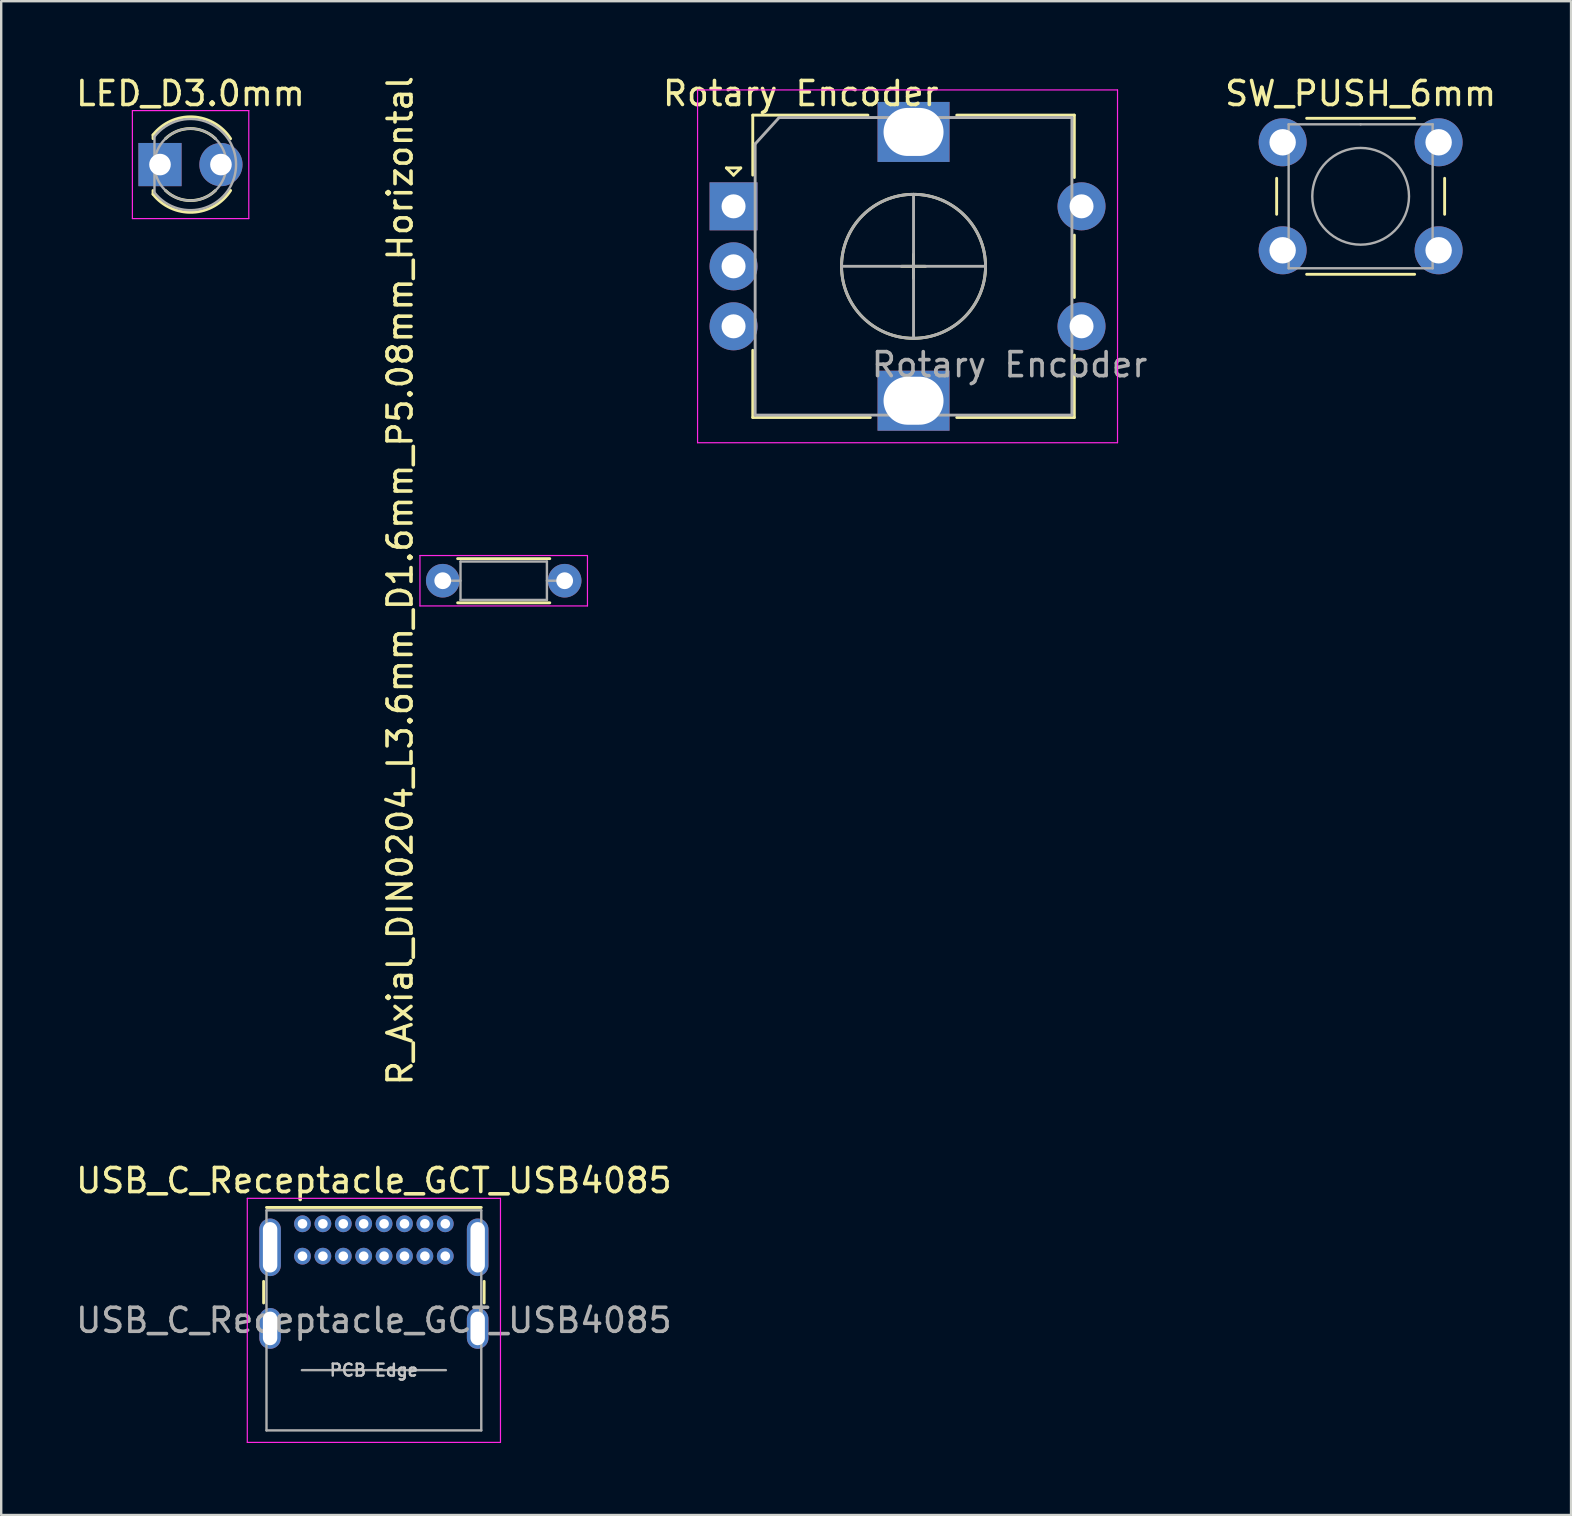
<source format=kicad_pcb>
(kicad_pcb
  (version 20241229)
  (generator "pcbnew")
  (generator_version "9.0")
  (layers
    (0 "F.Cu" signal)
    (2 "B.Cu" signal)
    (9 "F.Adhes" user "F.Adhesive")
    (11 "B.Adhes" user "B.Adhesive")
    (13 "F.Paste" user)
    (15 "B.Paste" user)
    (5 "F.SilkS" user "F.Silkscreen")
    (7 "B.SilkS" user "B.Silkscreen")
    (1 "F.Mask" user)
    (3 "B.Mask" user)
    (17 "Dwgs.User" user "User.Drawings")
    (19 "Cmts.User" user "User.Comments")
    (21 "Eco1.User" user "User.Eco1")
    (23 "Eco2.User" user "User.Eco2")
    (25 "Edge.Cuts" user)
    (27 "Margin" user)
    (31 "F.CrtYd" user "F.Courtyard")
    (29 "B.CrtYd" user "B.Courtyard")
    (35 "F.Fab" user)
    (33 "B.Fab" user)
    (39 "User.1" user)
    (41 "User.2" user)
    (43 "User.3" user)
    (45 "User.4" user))
  (footprint "LED_D3.0mm"
    (layer "F.Cu")
    (at 3.617 3.808)
    (property "Reference" "LED_D3.0mm" (at 1.27 -2.96 0) (layer "F.SilkS") (effects (font (size 1 1) (thickness 0.15))))
    (attr through_hole)
    (fp_line (start -0.29 -1.236) (end -0.29 -1.08) (stroke (width 0.12) (type solid)) (layer "F.SilkS"))
    (fp_line (start -0.29 1.08) (end -0.29 1.236) (stroke (width 0.12) (type solid)) (layer "F.SilkS"))
    (fp_arc (start -0.29 -1.235516) (mid 1.366487 -1.987659) (end 2.942335 -1.078608) (stroke (width 0.12) (type solid)) (layer "F.SilkS"))
    (fp_arc (start 0.229039 -1.08) (mid 1.270117 -1.5) (end 2.31113 -1.079837) (stroke (width 0.12) (type solid)) (layer "F.SilkS"))
    (fp_arc (start 2.31113 1.079837) (mid 1.270117 1.5) (end 0.229039 1.08) (stroke (width 0.12) (type solid)) (layer "F.SilkS"))
    (fp_arc (start 2.942335 1.078608) (mid 1.366487 1.987659) (end -0.29 1.235516) (stroke (width 0.12) (type solid)) (layer "F.SilkS"))
    (fp_line (start -1.15 -2.25) (end -1.15 2.25) (stroke (width 0.05) (type solid)) (layer "F.CrtYd"))
    (fp_line (start -1.15 2.25) (end 3.7 2.25) (stroke (width 0.05) (type solid)) (layer "F.CrtYd"))
    (fp_line (start 3.7 -2.25) (end -1.15 -2.25) (stroke (width 0.05) (type solid)) (layer "F.CrtYd"))
    (fp_line (start 3.7 2.25) (end 3.7 -2.25) (stroke (width 0.05) (type solid)) (layer "F.CrtYd"))
    (fp_line (start -0.23 -1.166) (end -0.23 1.166) (stroke (width 0.1) (type solid)) (layer "F.Fab"))
    (fp_arc (start -0.23 -1.16619) (mid 3.17 0.000452) (end -0.230555 1.165476) (stroke (width 0.1) (type solid)) (layer "F.Fab"))
    (fp_circle (center 1.27 0) (end 2.77 0) (stroke (width 0.1) (type solid)) (fill no) (layer "F.Fab"))
    (pad "1" thru_hole rect (at 0 0) (size 1.8 1.8) (drill 0.9) (layers "*.Cu" "*.Mask"))
    (pad "2" thru_hole circle (at 2.54 0) (size 1.8 1.8) (drill 0.9) (layers "*.Cu" "*.Mask")))
  (footprint "USB_C_Receptacle_GCT_USB4085"
    (layer "F.Cu")
    (at 9.555 47.946)
    (property "Reference" "USB_C_Receptacle_GCT_USB4085" (at 2.975 -1.8 0) (layer "F.SilkS") (effects (font (size 1 1) (thickness 0.15))))
    (attr through_hole)
    (fp_line (start -1.62 2.4) (end -1.62 3.3) (stroke (width 0.12) (type solid)) (layer "F.SilkS"))
    (fp_line (start -1.5 -0.68) (end 7.45 -0.68) (stroke (width 0.12) (type solid)) (layer "F.SilkS"))
    (fp_line (start 7.57 2.4) (end 7.57 3.3) (stroke (width 0.12) (type solid)) (layer "F.SilkS"))
    (fp_line (start -2.3 -1.06) (end -2.3 9.11) (stroke (width 0.05) (type solid)) (layer "F.CrtYd"))
    (fp_line (start -2.3 -1.06) (end 8.25 -1.06) (stroke (width 0.05) (type solid)) (layer "F.CrtYd"))
    (fp_line (start -2.3 9.11) (end 8.25 9.11) (stroke (width 0.05) (type solid)) (layer "F.CrtYd"))
    (fp_line (start 8.25 -1.06) (end 8.25 9.11) (stroke (width 0.05) (type solid)) (layer "F.CrtYd"))
    (fp_line (start -1.5 -0.56) (end -1.5 8.61) (stroke (width 0.1) (type solid)) (layer "F.Fab"))
    (fp_line (start -1.5 -0.56) (end 7.45 -0.56) (stroke (width 0.1) (type solid)) (layer "F.Fab"))
    (fp_line (start -1.5 8.61) (end 7.45 8.61) (stroke (width 0.1) (type solid)) (layer "F.Fab"))
    (fp_line (start -0.025 6.1) (end 5.975 6.1) (stroke (width 0.1) (type solid)) (layer "F.Fab"))
    (fp_line (start 7.45 -0.56) (end 7.45 8.61) (stroke (width 0.1) (type solid)) (layer "F.Fab"))
    (fp_text user "PCB Edge" (at 2.975 6.1 0) (layer "Dwgs.User") (effects (font (size 0.5 0.5) (thickness 0.1))))
    (fp_text user "${REFERENCE}" (at 2.975 4.025 0) (layer "F.Fab") (effects (font (size 1 1) (thickness 0.15))))
    (pad "A1" thru_hole circle (at 0 0) (size 0.7 0.7) (drill 0.4) (layers "*.Cu" "*.Mask"))
    (pad "A4" thru_hole circle (at 0.85 0) (size 0.7 0.7) (drill 0.4) (layers "*.Cu" "*.Mask"))
    (pad "A5" thru_hole circle (at 1.7 0) (size 0.7 0.7) (drill 0.4) (layers "*.Cu" "*.Mask"))
    (pad "A6" thru_hole circle (at 2.55 0) (size 0.7 0.7) (drill 0.4) (layers "*.Cu" "*.Mask"))
    (pad "A7" thru_hole circle (at 3.4 0) (size 0.7 0.7) (drill 0.4) (layers "*.Cu" "*.Mask"))
    (pad "A8" thru_hole circle (at 4.25 0) (size 0.7 0.7) (drill 0.4) (layers "*.Cu" "*.Mask"))
    (pad "A9" thru_hole circle (at 5.1 0) (size 0.7 0.7) (drill 0.4) (layers "*.Cu" "*.Mask"))
    (pad "A12" thru_hole circle (at 5.95 0) (size 0.7 0.7) (drill 0.4) (layers "*.Cu" "*.Mask"))
    (pad "B1" thru_hole circle (at 5.95 1.35) (size 0.7 0.7) (drill 0.4) (layers "*.Cu" "*.Mask"))
    (pad "B4" thru_hole circle (at 5.1 1.35) (size 0.7 0.7) (drill 0.4) (layers "*.Cu" "*.Mask"))
    (pad "B5" thru_hole circle (at 4.25 1.35) (size 0.7 0.7) (drill 0.4) (layers "*.Cu" "*.Mask"))
    (pad "B6" thru_hole circle (at 3.4 1.35) (size 0.7 0.7) (drill 0.4) (layers "*.Cu" "*.Mask"))
    (pad "B7" thru_hole circle (at 2.55 1.35) (size 0.7 0.7) (drill 0.4) (layers "*.Cu" "*.Mask"))
    (pad "B8" thru_hole circle (at 1.7 1.35) (size 0.7 0.7) (drill 0.4) (layers "*.Cu" "*.Mask"))
    (pad "B9" thru_hole circle (at 0.85 1.35) (size 0.7 0.7) (drill 0.4) (layers "*.Cu" "*.Mask"))
    (pad "B12" thru_hole circle (at 0 1.35) (size 0.7 0.7) (drill 0.4) (layers "*.Cu" "*.Mask"))
    (pad "S1" thru_hole oval (at -1.35 0.98) (size 0.9 2.4) (drill oval 0.6 2.1) (layers "*.Cu" "*.Mask"))
    (pad "S1" thru_hole oval (at -1.35 4.36) (size 0.9 1.7) (drill oval 0.6 1.4) (layers "*.Cu" "*.Mask"))
    (pad "S1" thru_hole oval (at 7.3 0.98) (size 0.9 2.4) (drill oval 0.6 2.1) (layers "*.Cu" "*.Mask"))
    (pad "S1" thru_hole oval (at 7.3 4.36) (size 0.9 1.7) (drill oval 0.6 1.4) (layers "*.Cu" "*.Mask")))
  (footprint "Rotary Encoder"
    (layer "F.Cu")
    (at 27.518 5.548)
    (property "Reference" "Rotary Encoder" (at 2.8 -4.7 0) (layer "F.SilkS") (effects (font (size 1 1) (thickness 0.15))))
    (attr through_hole)
    (fp_line (start -0.3 -1.6) (end 0.3 -1.6) (stroke (width 0.12) (type solid)) (layer "F.SilkS"))
    (fp_line (start 0 -1.3) (end -0.3 -1.6) (stroke (width 0.12) (type solid)) (layer "F.SilkS"))
    (fp_line (start 0.3 -1.6) (end 0 -1.3) (stroke (width 0.12) (type solid)) (layer "F.SilkS"))
    (fp_line (start 0.8 -3.8) (end 0.8 -1.3) (stroke (width 0.12) (type solid)) (layer "F.SilkS"))
    (fp_line (start 0.8 8.8) (end 0.8 6) (stroke (width 0.12) (type solid)) (layer "F.SilkS"))
    (fp_line (start 5.6 -3.8) (end 0.8 -3.8) (stroke (width 0.12) (type solid)) (layer "F.SilkS"))
    (fp_line (start 5.7 8.8) (end 0.8 8.8) (stroke (width 0.12) (type solid)) (layer "F.SilkS"))
    (fp_line (start 7 2.5) (end 8 2.5) (stroke (width 0.12) (type solid)) (layer "F.SilkS"))
    (fp_line (start 7.5 2) (end 7.5 3) (stroke (width 0.12) (type solid)) (layer "F.SilkS"))
    (fp_line (start 9.3 -3.8) (end 14.2 -3.8) (stroke (width 0.12) (type solid)) (layer "F.SilkS"))
    (fp_line (start 14.2 -3.8) (end 14.2 -1.2) (stroke (width 0.12) (type solid)) (layer "F.SilkS"))
    (fp_line (start 14.2 1.2) (end 14.2 3.8) (stroke (width 0.12) (type solid)) (layer "F.SilkS"))
    (fp_line (start 14.2 6.2) (end 14.2 8.8) (stroke (width 0.12) (type solid)) (layer "F.SilkS"))
    (fp_line (start 14.2 8.8) (end 9.3 8.8) (stroke (width 0.12) (type solid)) (layer "F.SilkS"))
    (fp_circle (center 7.5 2.5) (end 10.5 2.5) (stroke (width 0.12) (type solid)) (fill no) (layer "F.SilkS"))
    (fp_line (start -1.5 -4.85) (end -1.5 9.85) (stroke (width 0.05) (type solid)) (layer "F.CrtYd"))
    (fp_line (start -1.5 -4.85) (end 16 -4.85) (stroke (width 0.05) (type solid)) (layer "F.CrtYd"))
    (fp_line (start 16 9.85) (end -1.5 9.85) (stroke (width 0.05) (type solid)) (layer "F.CrtYd"))
    (fp_line (start 16 9.85) (end 16 -4.85) (stroke (width 0.05) (type solid)) (layer "F.CrtYd"))
    (fp_line (start 0.9 -2.6) (end 1.9 -3.7) (stroke (width 0.12) (type solid)) (layer "F.Fab"))
    (fp_line (start 0.9 8.7) (end 0.9 -2.6) (stroke (width 0.12) (type solid)) (layer "F.Fab"))
    (fp_line (start 1.9 -3.7) (end 14.1 -3.7) (stroke (width 0.12) (type solid)) (layer "F.Fab"))
    (fp_line (start 4.5 2.5) (end 10.5 2.5) (stroke (width 0.12) (type solid)) (layer "F.Fab"))
    (fp_line (start 7.5 -0.5) (end 7.5 5.5) (stroke (width 0.12) (type solid)) (layer "F.Fab"))
    (fp_line (start 14.1 -3.7) (end 14.1 8.7) (stroke (width 0.12) (type solid)) (layer "F.Fab"))
    (fp_line (start 14.1 8.7) (end 0.9 8.7) (stroke (width 0.12) (type solid)) (layer "F.Fab"))
    (fp_circle (center 7.5 2.5) (end 10.5 2.5) (stroke (width 0.12) (type solid)) (fill no) (layer "F.Fab"))
    (fp_text user "${REFERENCE}" (at 11.5 6.6 0) (layer "F.Fab") (effects (font (size 1 1) (thickness 0.15))))
    (pad "A" thru_hole rect (at 0 0) (size 2 2) (drill 1) (layers "*.Cu" "*.Mask"))
    (pad "B" thru_hole circle (at 0 5) (size 2 2) (drill 1) (layers "*.Cu" "*.Mask"))
    (pad "C" thru_hole circle (at 0 2.5) (size 2 2) (drill 1) (layers "*.Cu" "*.Mask"))
    (pad "MP" thru_hole rect (at 7.5 -3.1) (size 3 2.5) (drill oval 2.5 2) (layers "*.Cu" "*.Mask"))
    (pad "MP" thru_hole rect (at 7.5 8.1) (size 3 2.5) (drill oval 2.5 2) (layers "*.Cu" "*.Mask"))
    (pad "S1" thru_hole circle (at 14.5 0) (size 2 2) (drill 1) (layers "*.Cu" "*.Mask"))
    (pad "S2" thru_hole circle (at 14.5 5) (size 2 2) (drill 1) (layers "*.Cu" "*.Mask")))
  (footprint "SW_PUSH_6mm"
    (layer "F.Cu")
    (at 50.399 2.88)
    (property "Reference" "SW_PUSH_6mm" (at 3.25 -2.032 0) (layer "F.SilkS") (effects (font (size 1 1) (thickness 0.15))))
    (attr through_hole)
    (fp_line (start -0.25 1.5) (end -0.25 3) (stroke (width 0.12) (type solid)) (layer "F.SilkS"))
    (fp_line (start 1 5.5) (end 5.5 5.5) (stroke (width 0.12) (type solid)) (layer "F.SilkS"))
    (fp_line (start 5.5 -1) (end 1 -1) (stroke (width 0.12) (type solid)) (layer "F.SilkS"))
    (fp_line (start 6.75 3) (end 6.75 1.5) (stroke (width 0.12) (type solid)) (layer "F.SilkS"))
    (fp_line (start 0.25 -0.75) (end 3.25 -0.75) (stroke (width 0.1) (type solid)) (layer "F.Fab"))
    (fp_line (start 0.25 5.25) (end 0.25 -0.75) (stroke (width 0.1) (type solid)) (layer "F.Fab"))
    (fp_line (start 3.25 -0.75) (end 6.25 -0.75) (stroke (width 0.1) (type solid)) (layer "F.Fab"))
    (fp_line (start 6.25 -0.75) (end 6.25 5.25) (stroke (width 0.1) (type solid)) (layer "F.Fab"))
    (fp_line (start 6.25 5.25) (end 0.25 5.25) (stroke (width 0.1) (type solid)) (layer "F.Fab"))
    (fp_circle (center 3.25 2.25) (end 1.25 2.5) (stroke (width 0.1) (type solid)) (fill no) (layer "F.Fab"))
    (pad "1" thru_hole circle (at 0 0 90) (size 2 2) (drill 1.1) (layers "*.Cu" "*.Mask"))
    (pad "1" thru_hole circle (at 6.5 0 90) (size 2 2) (drill 1.1) (layers "*.Cu" "*.Mask"))
    (pad "2" thru_hole circle (at 0 4.5 90) (size 2 2) (drill 1.1) (layers "*.Cu" "*.Mask"))
    (pad "2" thru_hole circle (at 6.5 4.5 90) (size 2 2) (drill 1.1) (layers "*.Cu" "*.Mask")))
  (footprint "R_Axial_DIN0204_L3.6mm_D1.6mm_P5.08mm_Horizontal"
    (layer "F.Cu")
    (at 15.4 21.149)
    (property "Reference" "R_Axial_DIN0204_L3.6mm_D1.6mm_P5.08mm_Horizontal" (at -1.778 0 90) (unlocked yes) (layer "F.SilkS") (effects (font (size 1 1) (thickness 0.15))))
    (attr through_hole)
    (fp_line (start 0.62 -0.92) (end 4.46 -0.92) (stroke (width 0.12) (type solid)) (layer "F.SilkS"))
    (fp_line (start 0.62 0.92) (end 4.46 0.92) (stroke (width 0.12) (type solid)) (layer "F.SilkS"))
    (fp_line (start -0.95 -1.05) (end -0.95 1.05) (stroke (width 0.05) (type solid)) (layer "F.CrtYd"))
    (fp_line (start -0.95 1.05) (end 6.03 1.05) (stroke (width 0.05) (type solid)) (layer "F.CrtYd"))
    (fp_line (start 6.03 -1.05) (end -0.95 -1.05) (stroke (width 0.05) (type solid)) (layer "F.CrtYd"))
    (fp_line (start 6.03 1.05) (end 6.03 -1.05) (stroke (width 0.05) (type solid)) (layer "F.CrtYd"))
    (fp_line (start 0 0) (end 0.74 0) (stroke (width 0.1) (type solid)) (layer "F.Fab"))
    (fp_line (start 0.74 -0.8) (end 0.74 0.8) (stroke (width 0.1) (type solid)) (layer "F.Fab"))
    (fp_line (start 0.74 0.8) (end 4.34 0.8) (stroke (width 0.1) (type solid)) (layer "F.Fab"))
    (fp_line (start 4.34 -0.8) (end 0.74 -0.8) (stroke (width 0.1) (type solid)) (layer "F.Fab"))
    (fp_line (start 4.34 0.8) (end 4.34 -0.8) (stroke (width 0.1) (type solid)) (layer "F.Fab"))
    (fp_line (start 5.08 0) (end 4.34 0) (stroke (width 0.1) (type solid)) (layer "F.Fab"))
    (pad "1" thru_hole circle (at 0 0) (size 1.4 1.4) (drill 0.7) (layers "*.Cu" "*.Mask"))
    (pad "2" thru_hole oval (at 5.08 0) (size 1.4 1.4) (drill 0.7) (layers "*.Cu" "*.Mask")))
  (gr_rect
    (start -3 -3)
    (end 62.417 60.081)
    (stroke (width 0.1) (type default))
    (fill no)
    (layer "Edge.Cuts")))
</source>
